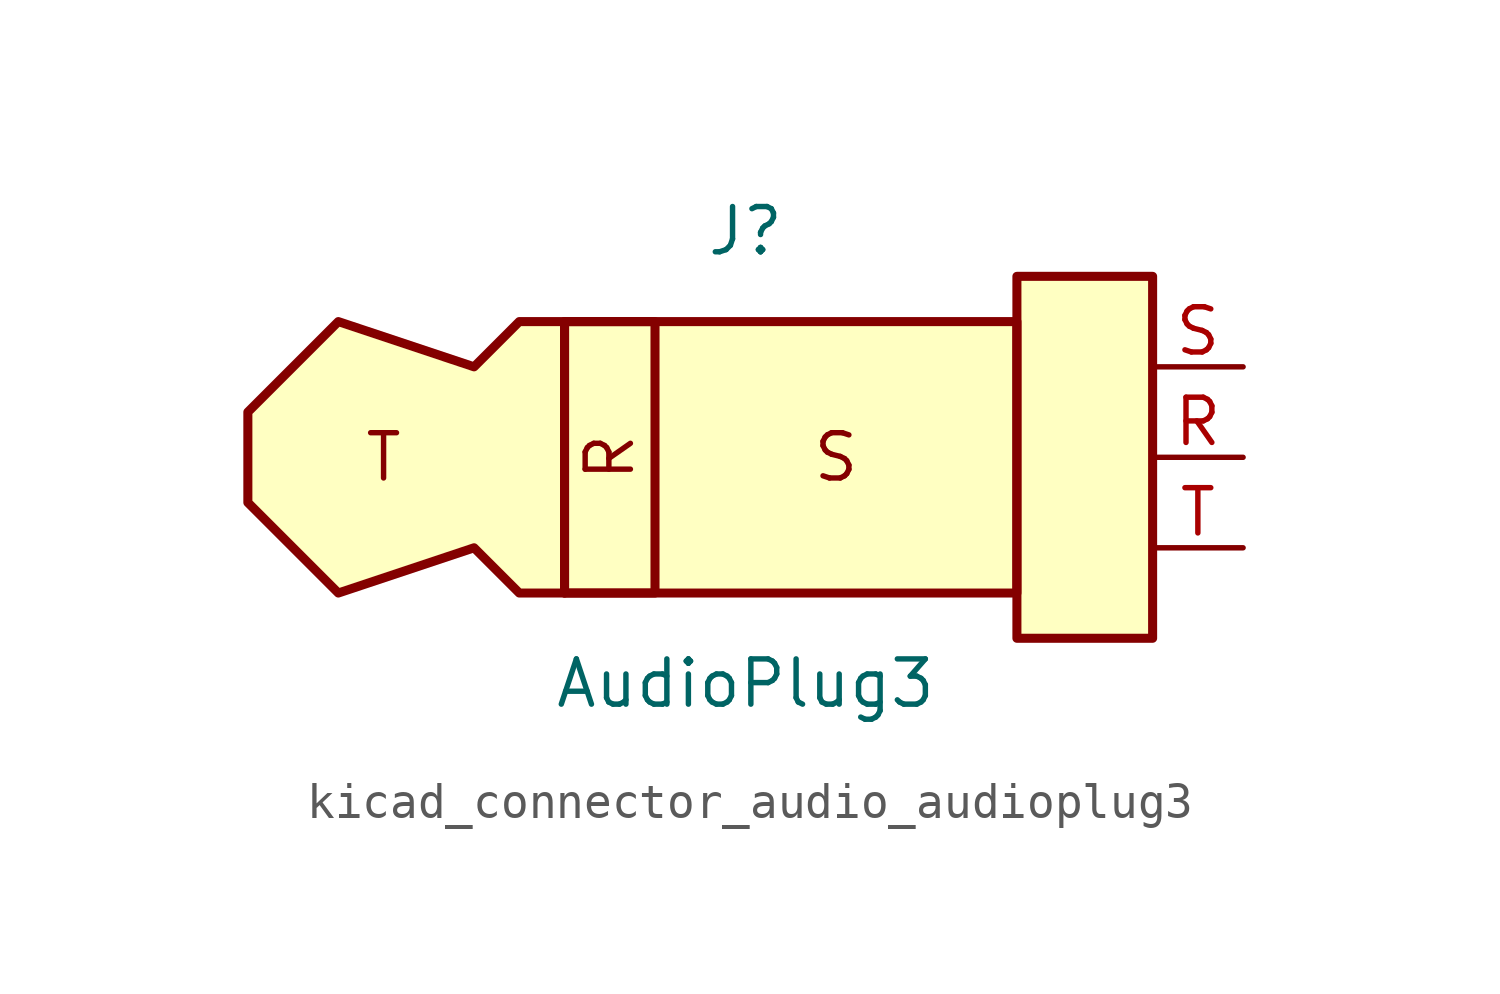
<source format=kicad_sym>
(kicad_symbol_lib
  (version 20220914)
  (generator kicad_symbol_editor)
  (symbol "kicad_connector_audio_audioplug3"
    (property "Reference" "J"
      (at 1.27 6.35 0)
      (effects (font (size 1.27 1.27))))
    (property "Value" "AudioPlug3"
      (at 1.27 -6.35 0)
      (effects (font (size 1.27 1.27))))
    (symbol "kicad_connector_audio_audioplug3_0_0"
      (text "R" (at -2.54 0 900) (effects (font (size 1.27 1.27)))))
    (symbol "kicad_connector_audio_audioplug3_0_1"
      (rectangle (start -3.81 3.81) (end -1.27 -3.81) (stroke (width 0.254) (type default)) (fill (type none)))
      (rectangle (start -1.27 -1.27) (end -1.27 -1.27) (stroke (width 0) (type default)) (fill (type none))))
    (symbol "kicad_connector_audio_audioplug3_1_0"
      (text "S" (at 3.81 0 0) (effects (font (size 1.27 1.27))))
      (text "T" (at -8.89 0 0) (effects (font (size 1.27 1.27)))))
    (symbol "kicad_connector_audio_audioplug3_1_1"
      (rectangle (start -3.81 3.81) (end 8.89 -3.81) (stroke (width 0.254) (type default)) (fill (type background)))
      (polyline (pts (xy -3.81 3.81) (xy -5.08 3.81) (xy -6.35 2.54) (xy -10.16 3.81) (xy -12.7 1.27) (xy -12.7 -1.27) (xy -10.16 -3.81) (xy -6.35 -2.54) (xy -5.08 -3.81) (xy -3.81 -3.81) (xy -3.81 3.81)) (stroke (width 0.254) (type default)) (fill (type background)))
      (rectangle (start 12.7 5.08) (end 8.89 -5.08) (stroke (width 0.254) (type default)) (fill (type background)))
      (pin passive line (at 15.24 0 180) (length 2.54) (name "~" (effects (font (size 1.27 1.27)))) (number "R" (effects (font (size 1.27 1.27)))))
      (pin passive line (at 15.24 2.54 180) (length 2.54) (name "~" (effects (font (size 1.27 1.27)))) (number "S" (effects (font (size 1.27 1.27)))))
      (pin passive line (at 15.24 -2.54 180) (length 2.54) (name "~" (effects (font (size 1.27 1.27)))) (number "T" (effects (font (size 1.27 1.27))))))))
</source>
